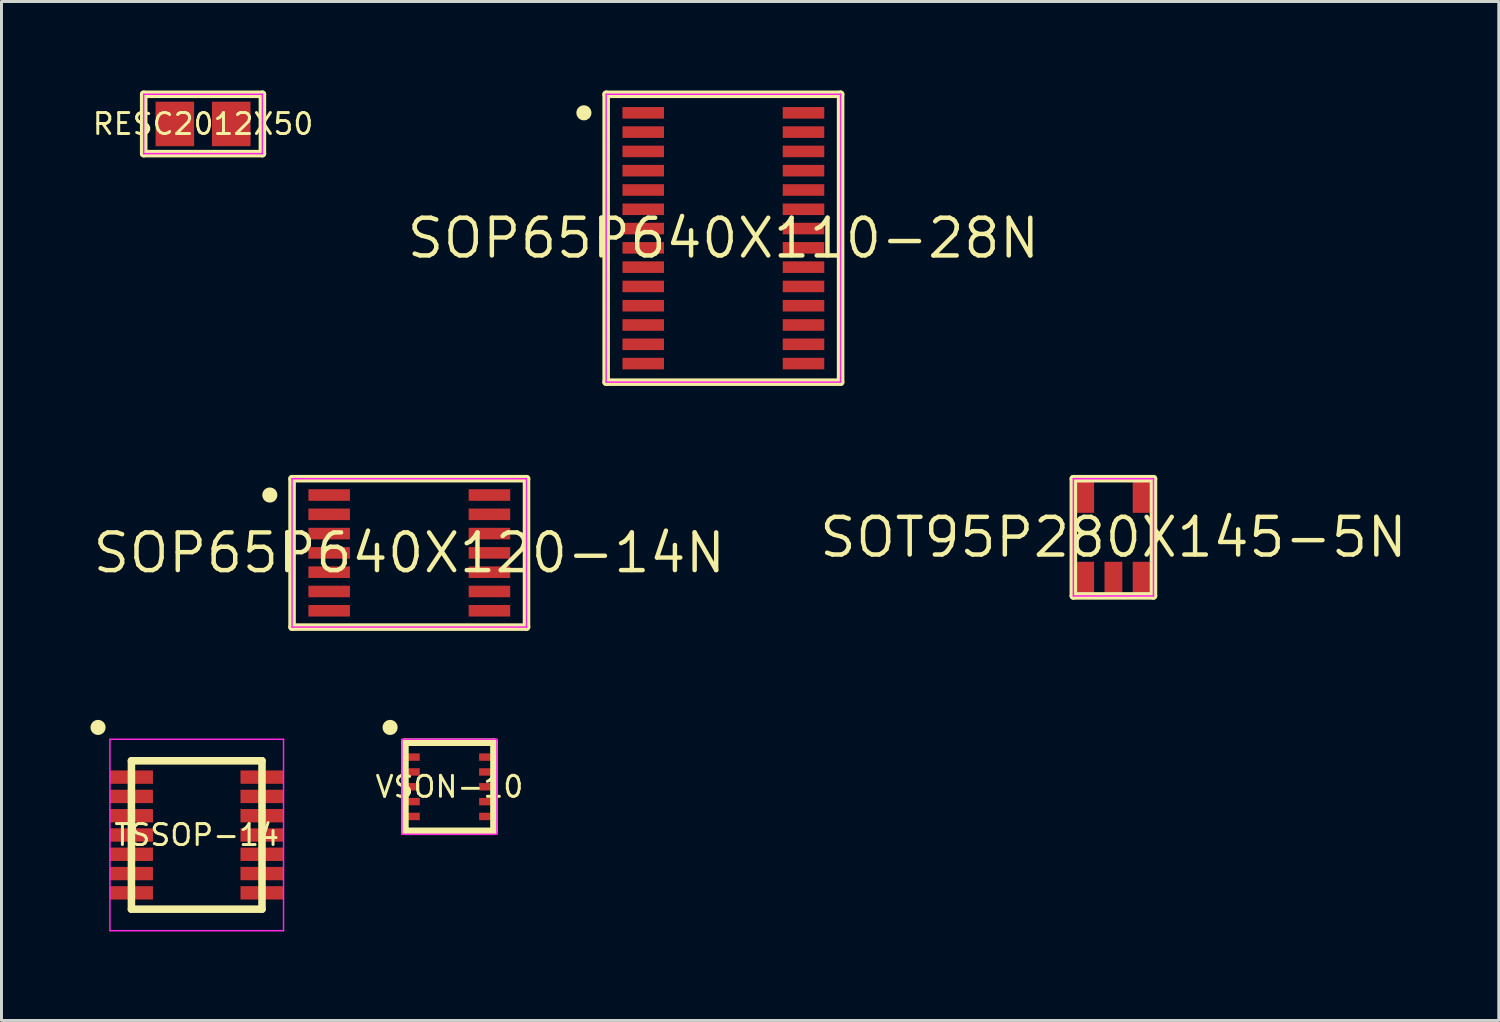
<source format=kicad_pcb>
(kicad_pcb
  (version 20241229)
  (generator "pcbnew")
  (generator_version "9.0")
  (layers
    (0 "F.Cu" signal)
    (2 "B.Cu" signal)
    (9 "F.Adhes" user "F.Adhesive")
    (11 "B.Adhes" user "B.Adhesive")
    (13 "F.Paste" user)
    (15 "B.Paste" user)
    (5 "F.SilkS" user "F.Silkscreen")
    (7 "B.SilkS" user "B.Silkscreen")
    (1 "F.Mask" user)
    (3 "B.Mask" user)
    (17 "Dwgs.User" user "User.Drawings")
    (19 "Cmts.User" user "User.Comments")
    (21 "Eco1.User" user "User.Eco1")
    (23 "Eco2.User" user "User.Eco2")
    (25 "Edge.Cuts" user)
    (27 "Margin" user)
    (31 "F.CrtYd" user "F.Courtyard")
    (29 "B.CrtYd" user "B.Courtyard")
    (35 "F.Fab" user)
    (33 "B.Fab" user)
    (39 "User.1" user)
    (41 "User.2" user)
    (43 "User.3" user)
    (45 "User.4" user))
  (footprint "SOP65P640X120-14N"
    (layer "F.Cu")
    (at 10.742 15.581)
    (property "Reference" "SOP65P640X120-14N" (at 0 0 0) (layer "F.SilkS") (effects (font (size 1.27 1.27) (thickness 0.15))))
    (attr through_hole)
    (fp_line (start -3.95 -2.5) (end -3.95 2.5) (stroke (width 0.254) (type solid)) (layer "F.SilkS"))
    (fp_line (start -3.95 2.5) (end 3.95 2.5) (stroke (width 0.254) (type solid)) (layer "F.SilkS"))
    (fp_line (start 3.95 -2.5) (end -3.95 -2.5) (stroke (width 0.254) (type solid)) (layer "F.SilkS"))
    (fp_line (start 3.95 2.5) (end 3.95 -2.5) (stroke (width 0.254) (type solid)) (layer "F.SilkS"))
    (fp_poly (pts (xy -4.446 -1.95) (xy -4.451 -2) (xy -4.465 -2.047) (xy -4.489 -2.091) (xy -4.52 -2.13) (xy -4.559 -2.161) (xy -4.603 -2.185) (xy -4.65 -2.199) (xy -4.7 -2.204) (xy -4.75 -2.199) (xy -4.797 -2.185) (xy -4.841 -2.161) (xy -4.88 -2.13) (xy -4.911 -2.091) (xy -4.935 -2.047) (xy -4.949 -2) (xy -4.954 -1.95) (xy -4.949 -1.9) (xy -4.935 -1.853) (xy -4.911 -1.809) (xy -4.88 -1.77) (xy -4.841 -1.739) (xy -4.797 -1.715) (xy -4.75 -1.701) (xy -4.7 -1.696) (xy -4.65 -1.701) (xy -4.603 -1.715) (xy -4.559 -1.739) (xy -4.52 -1.77) (xy -4.489 -1.809) (xy -4.465 -1.853) (xy -4.451 -1.9)) (stroke (width 0) (type solid)) (fill yes) (layer "F.SilkS"))
    (fp_line (start -3.95 -2.5) (end -3.95 2.5) (stroke (width 0.05) (type solid)) (layer "F.CrtYd"))
    (fp_line (start -3.95 2.5) (end 3.95 2.5) (stroke (width 0.05) (type solid)) (layer "F.CrtYd"))
    (fp_line (start 3.95 -2.5) (end -3.95 -2.5) (stroke (width 0.05) (type solid)) (layer "F.CrtYd"))
    (fp_line (start 3.95 2.5) (end 3.95 -2.5) (stroke (width 0.05) (type solid)) (layer "F.CrtYd"))
    (pad "1" smd rect (at -2.7 -1.95 270) (size 0.39 1.4) (layers "F.Cu" "F.Mask" "F.Paste"))
    (pad "2" smd rect (at -2.7 -1.3 270) (size 0.39 1.4) (layers "F.Cu" "F.Mask" "F.Paste"))
    (pad "3" smd rect (at -2.7 -0.65 270) (size 0.39 1.4) (layers "F.Cu" "F.Mask" "F.Paste"))
    (pad "4" smd rect (at -2.7 0 270) (size 0.39 1.4) (layers "F.Cu" "F.Mask" "F.Paste"))
    (pad "5" smd rect (at -2.7 0.65 270) (size 0.39 1.4) (layers "F.Cu" "F.Mask" "F.Paste"))
    (pad "6" smd rect (at -2.7 1.3 270) (size 0.39 1.4) (layers "F.Cu" "F.Mask" "F.Paste"))
    (pad "7" smd rect (at -2.7 1.95 270) (size 0.39 1.4) (layers "F.Cu" "F.Mask" "F.Paste"))
    (pad "8" smd rect (at 2.7 1.95 90) (size 0.39 1.4) (layers "F.Cu" "F.Mask" "F.Paste"))
    (pad "9" smd rect (at 2.7 1.3 90) (size 0.39 1.4) (layers "F.Cu" "F.Mask" "F.Paste"))
    (pad "10" smd rect (at 2.7 0.65 90) (size 0.39 1.4) (layers "F.Cu" "F.Mask" "F.Paste"))
    (pad "11" smd rect (at 2.7 0 90) (size 0.39 1.4) (layers "F.Cu" "F.Mask" "F.Paste"))
    (pad "12" smd rect (at 2.7 -0.65 90) (size 0.39 1.4) (layers "F.Cu" "F.Mask" "F.Paste"))
    (pad "13" smd rect (at 2.7 -1.3 90) (size 0.39 1.4) (layers "F.Cu" "F.Mask" "F.Paste"))
    (pad "14" smd rect (at 2.7 -1.95 90) (size 0.39 1.4) (layers "F.Cu" "F.Mask" "F.Paste")))
  (footprint "SOT95P280X145-5N"
    (layer "F.Cu")
    (at 34.469 15.056)
    (property "Reference" "SOT95P280X145-5N" (at 0 0 0) (layer "F.SilkS") (effects (font (size 1.27 1.27) (thickness 0.15))))
    (attr through_hole)
    (fp_line (start -1.35 -1.975) (end -1.35 1.975) (stroke (width 0.254) (type solid)) (layer "F.SilkS"))
    (fp_line (start -1.35 1.975) (end 1.35 1.975) (stroke (width 0.254) (type solid)) (layer "F.SilkS"))
    (fp_line (start 1.35 -1.975) (end -1.35 -1.975) (stroke (width 0.254) (type solid)) (layer "F.SilkS"))
    (fp_line (start 1.35 1.975) (end 1.35 -1.975) (stroke (width 0.254) (type solid)) (layer "F.SilkS"))
    (fp_line (start -1.35 -1.975) (end -1.35 1.975) (stroke (width 0.05) (type solid)) (layer "F.CrtYd"))
    (fp_line (start -1.35 1.975) (end 1.35 1.975) (stroke (width 0.05) (type solid)) (layer "F.CrtYd"))
    (fp_line (start 1.35 -1.975) (end -1.35 -1.975) (stroke (width 0.05) (type solid)) (layer "F.CrtYd"))
    (fp_line (start 1.35 1.975) (end 1.35 -1.975) (stroke (width 0.05) (type solid)) (layer "F.CrtYd"))
    (pad "1" smd rect (at -0.95 1.35) (size 0.6 1.05) (layers "F.Cu" "F.Mask" "F.Paste"))
    (pad "2" smd rect (at 0 1.35) (size 0.6 1.05) (layers "F.Cu" "F.Mask" "F.Paste"))
    (pad "3" smd rect (at 0.95 1.35) (size 0.6 1.05) (layers "F.Cu" "F.Mask" "F.Paste"))
    (pad "4" smd rect (at 0.95 -1.35) (size 0.6 1.05) (layers "F.Cu" "F.Mask" "F.Paste"))
    (pad "5" smd rect (at -0.95 -1.35) (size 0.6 1.05) (layers "F.Cu" "F.Mask" "F.Paste")))
  (footprint "VSON-10"
    (layer "F.Cu")
    (at 12.095 23.462)
    (property "Reference" "VSON-10" (at 0 0 0) (layer "F.SilkS") (effects (font (size 0.706 0.706) (thickness 0.1))))
    (attr through_hole)
    (fp_line (start -1.5 -1.5) (end -1.5 1.5) (stroke (width 0.254) (type solid)) (layer "F.SilkS"))
    (fp_line (start -1.5 1.5) (end 1.5 1.5) (stroke (width 0.254) (type solid)) (layer "F.SilkS"))
    (fp_line (start 1.5 -1.5) (end -1.5 -1.5) (stroke (width 0.254) (type solid)) (layer "F.SilkS"))
    (fp_line (start 1.5 1.5) (end 1.5 -1.5) (stroke (width 0.254) (type solid)) (layer "F.SilkS"))
    (fp_poly (pts (xy -1.746 -2) (xy -1.751 -2.05) (xy -1.765 -2.097) (xy -1.789 -2.141) (xy -1.82 -2.18) (xy -1.859 -2.211) (xy -1.903 -2.235) (xy -1.95 -2.249) (xy -2 -2.254) (xy -2.05 -2.249) (xy -2.097 -2.235) (xy -2.141 -2.211) (xy -2.18 -2.18) (xy -2.211 -2.141) (xy -2.235 -2.097) (xy -2.249 -2.05) (xy -2.254 -2) (xy -2.249 -1.95) (xy -2.235 -1.903) (xy -2.211 -1.859) (xy -2.18 -1.82) (xy -2.141 -1.789) (xy -2.097 -1.765) (xy -2.05 -1.751) (xy -2 -1.746) (xy -1.95 -1.751) (xy -1.903 -1.765) (xy -1.859 -1.789) (xy -1.82 -1.82) (xy -1.789 -1.859) (xy -1.765 -1.903) (xy -1.751 -1.95)) (stroke (width 0) (type solid)) (fill yes) (layer "F.SilkS"))
    (fp_line (start -1.6 -1.6) (end -1.6 1.6) (stroke (width 0.05) (type solid)) (layer "F.CrtYd"))
    (fp_line (start -1.6 1.6) (end 1.6 1.6) (stroke (width 0.05) (type solid)) (layer "F.CrtYd"))
    (fp_line (start 1.6 -1.6) (end -1.6 -1.6) (stroke (width 0.05) (type solid)) (layer "F.CrtYd"))
    (fp_line (start 1.6 1.6) (end 1.6 -1.6) (stroke (width 0.05) (type solid)) (layer "F.CrtYd"))
    (pad "1" smd rect (at -1.3 -1 270) (size 0.25 0.6) (layers "F.Cu" "F.Mask" "F.Paste"))
    (pad "2" smd rect (at -1.3 -0.5 270) (size 0.25 0.6) (layers "F.Cu" "F.Mask" "F.Paste"))
    (pad "3" smd rect (at -1.3 0 270) (size 0.25 0.6) (layers "F.Cu" "F.Mask" "F.Paste"))
    (pad "4" smd rect (at -1.3 0.5 270) (size 0.25 0.6) (layers "F.Cu" "F.Mask" "F.Paste"))
    (pad "5" smd rect (at -1.3 1 270) (size 0.25 0.6) (layers "F.Cu" "F.Mask" "F.Paste"))
    (pad "6" smd rect (at 1.3 1 90) (size 0.25 0.6) (layers "F.Cu" "F.Mask" "F.Paste"))
    (pad "7" smd rect (at 1.3 0.5 90) (size 0.25 0.6) (layers "F.Cu" "F.Mask" "F.Paste"))
    (pad "8" smd rect (at 1.3 0 90) (size 0.25 0.6) (layers "F.Cu" "F.Mask" "F.Paste"))
    (pad "9" smd rect (at 1.3 -0.5 90) (size 0.25 0.6) (layers "F.Cu" "F.Mask" "F.Paste"))
    (pad "10" smd rect (at 1.3 -1 90) (size 0.25 0.6) (layers "F.Cu" "F.Mask" "F.Paste")))
  (footprint "SOP65P640X110-28N"
    (layer "F.Cu")
    (at 21.326 4.977)
    (property "Reference" "SOP65P640X110-28N" (at 0 0 0) (layer "F.SilkS") (effects (font (size 1.27 1.27) (thickness 0.15))))
    (attr through_hole)
    (fp_line (start -3.95 -4.85) (end -3.95 4.85) (stroke (width 0.254) (type solid)) (layer "F.SilkS"))
    (fp_line (start -3.95 4.85) (end 3.95 4.85) (stroke (width 0.254) (type solid)) (layer "F.SilkS"))
    (fp_line (start 3.95 -4.85) (end -3.95 -4.85) (stroke (width 0.254) (type solid)) (layer "F.SilkS"))
    (fp_line (start 3.95 4.85) (end 3.95 -4.85) (stroke (width 0.254) (type solid)) (layer "F.SilkS"))
    (fp_poly (pts (xy -4.446 -4.225) (xy -4.451 -4.275) (xy -4.465 -4.322) (xy -4.489 -4.366) (xy -4.52 -4.405) (xy -4.559 -4.436) (xy -4.603 -4.46) (xy -4.65 -4.474) (xy -4.7 -4.479) (xy -4.75 -4.474) (xy -4.797 -4.46) (xy -4.841 -4.436) (xy -4.88 -4.405) (xy -4.911 -4.366) (xy -4.935 -4.322) (xy -4.949 -4.275) (xy -4.954 -4.225) (xy -4.949 -4.175) (xy -4.935 -4.128) (xy -4.911 -4.084) (xy -4.88 -4.045) (xy -4.841 -4.014) (xy -4.797 -3.99) (xy -4.75 -3.976) (xy -4.7 -3.971) (xy -4.65 -3.976) (xy -4.603 -3.99) (xy -4.559 -4.014) (xy -4.52 -4.045) (xy -4.489 -4.084) (xy -4.465 -4.128) (xy -4.451 -4.175)) (stroke (width 0) (type solid)) (fill yes) (layer "F.SilkS"))
    (fp_line (start -3.95 -4.85) (end -3.95 4.85) (stroke (width 0.05) (type solid)) (layer "F.CrtYd"))
    (fp_line (start -3.95 4.85) (end 3.95 4.85) (stroke (width 0.05) (type solid)) (layer "F.CrtYd"))
    (fp_line (start 3.95 -4.85) (end -3.95 -4.85) (stroke (width 0.05) (type solid)) (layer "F.CrtYd"))
    (fp_line (start 3.95 4.85) (end 3.95 -4.85) (stroke (width 0.05) (type solid)) (layer "F.CrtYd"))
    (pad "1" smd rect (at -2.7 -4.225 270) (size 0.39 1.4) (layers "F.Cu" "F.Mask" "F.Paste"))
    (pad "2" smd rect (at -2.7 -3.575 270) (size 0.39 1.4) (layers "F.Cu" "F.Mask" "F.Paste"))
    (pad "3" smd rect (at -2.7 -2.925 270) (size 0.39 1.4) (layers "F.Cu" "F.Mask" "F.Paste"))
    (pad "4" smd rect (at -2.7 -2.275 270) (size 0.39 1.4) (layers "F.Cu" "F.Mask" "F.Paste"))
    (pad "5" smd rect (at -2.7 -1.625 270) (size 0.39 1.4) (layers "F.Cu" "F.Mask" "F.Paste"))
    (pad "6" smd rect (at -2.7 -0.975 270) (size 0.39 1.4) (layers "F.Cu" "F.Mask" "F.Paste"))
    (pad "7" smd rect (at -2.7 -0.325 270) (size 0.39 1.4) (layers "F.Cu" "F.Mask" "F.Paste"))
    (pad "8" smd rect (at -2.7 0.325 270) (size 0.39 1.4) (layers "F.Cu" "F.Mask" "F.Paste"))
    (pad "9" smd rect (at -2.7 0.975 270) (size 0.39 1.4) (layers "F.Cu" "F.Mask" "F.Paste"))
    (pad "10" smd rect (at -2.7 1.625 270) (size 0.39 1.4) (layers "F.Cu" "F.Mask" "F.Paste"))
    (pad "11" smd rect (at -2.7 2.275 270) (size 0.39 1.4) (layers "F.Cu" "F.Mask" "F.Paste"))
    (pad "12" smd rect (at -2.7 2.925 270) (size 0.39 1.4) (layers "F.Cu" "F.Mask" "F.Paste"))
    (pad "13" smd rect (at -2.7 3.575 270) (size 0.39 1.4) (layers "F.Cu" "F.Mask" "F.Paste"))
    (pad "14" smd rect (at -2.7 4.225 270) (size 0.39 1.4) (layers "F.Cu" "F.Mask" "F.Paste"))
    (pad "15" smd rect (at 2.7 4.225 90) (size 0.39 1.4) (layers "F.Cu" "F.Mask" "F.Paste"))
    (pad "16" smd rect (at 2.7 3.575 90) (size 0.39 1.4) (layers "F.Cu" "F.Mask" "F.Paste"))
    (pad "17" smd rect (at 2.7 2.925 90) (size 0.39 1.4) (layers "F.Cu" "F.Mask" "F.Paste"))
    (pad "18" smd rect (at 2.7 2.275 90) (size 0.39 1.4) (layers "F.Cu" "F.Mask" "F.Paste"))
    (pad "19" smd rect (at 2.7 1.625 90) (size 0.39 1.4) (layers "F.Cu" "F.Mask" "F.Paste"))
    (pad "20" smd rect (at 2.7 0.975 90) (size 0.39 1.4) (layers "F.Cu" "F.Mask" "F.Paste"))
    (pad "21" smd rect (at 2.7 0.325 90) (size 0.39 1.4) (layers "F.Cu" "F.Mask" "F.Paste"))
    (pad "22" smd rect (at 2.7 -0.325 90) (size 0.39 1.4) (layers "F.Cu" "F.Mask" "F.Paste"))
    (pad "23" smd rect (at 2.7 -0.975 90) (size 0.39 1.4) (layers "F.Cu" "F.Mask" "F.Paste"))
    (pad "24" smd rect (at 2.7 -1.625 90) (size 0.39 1.4) (layers "F.Cu" "F.Mask" "F.Paste"))
    (pad "25" smd rect (at 2.7 -2.275 90) (size 0.39 1.4) (layers "F.Cu" "F.Mask" "F.Paste"))
    (pad "26" smd rect (at 2.7 -2.925 90) (size 0.39 1.4) (layers "F.Cu" "F.Mask" "F.Paste"))
    (pad "27" smd rect (at 2.7 -3.575 90) (size 0.39 1.4) (layers "F.Cu" "F.Mask" "F.Paste"))
    (pad "28" smd rect (at 2.7 -4.225 90) (size 0.39 1.4) (layers "F.Cu" "F.Mask" "F.Paste")))
  (footprint "RESC2012X50"
    (layer "F.Cu")
    (at 3.792 1.127)
    (property "Reference" "RESC2012X50" (at 0 0 0) (layer "F.SilkS") (effects (font (size 0.706 0.706) (thickness 0.1))))
    (attr through_hole)
    (fp_line (start -2 -1) (end -2 1) (stroke (width 0.254) (type solid)) (layer "F.SilkS"))
    (fp_line (start -2 1) (end 2 1) (stroke (width 0.254) (type solid)) (layer "F.SilkS"))
    (fp_line (start 2 -1) (end -2 -1) (stroke (width 0.254) (type solid)) (layer "F.SilkS"))
    (fp_line (start 2 1) (end 2 -1) (stroke (width 0.254) (type solid)) (layer "F.SilkS"))
    (fp_line (start -2 -1) (end -2 1) (stroke (width 0.05) (type solid)) (layer "F.CrtYd"))
    (fp_line (start -2 1) (end 2 1) (stroke (width 0.05) (type solid)) (layer "F.CrtYd"))
    (fp_line (start 2 -1) (end -2 -1) (stroke (width 0.05) (type solid)) (layer "F.CrtYd"))
    (fp_line (start 2 1) (end 2 -1) (stroke (width 0.05) (type solid)) (layer "F.CrtYd"))
    (pad "1" smd rect (at -0.95 0) (size 1.3 1.5) (layers "F.Cu" "F.Mask" "F.Paste"))
    (pad "2" smd rect (at 0.95 0) (size 1.3 1.5) (layers "F.Cu" "F.Mask" "F.Paste")))
  (footprint "TSSOP-14"
    (layer "F.Cu")
    (at 3.579 25.087)
    (property "Reference" "TSSOP-14" (at 0 0 0) (layer "F.SilkS") (effects (font (size 0.706 0.706) (thickness 0.1))))
    (attr through_hole)
    (fp_line (start -2.2 -2.5) (end -2.2 2.5) (stroke (width 0.254) (type solid)) (layer "F.SilkS"))
    (fp_line (start -2.2 2.5) (end 2.2 2.5) (stroke (width 0.254) (type solid)) (layer "F.SilkS"))
    (fp_line (start 2.2 -2.5) (end -2.2 -2.5) (stroke (width 0.254) (type solid)) (layer "F.SilkS"))
    (fp_line (start 2.2 2.5) (end 2.2 -2.5) (stroke (width 0.254) (type solid)) (layer "F.SilkS"))
    (fp_poly (pts (xy -3.071 -3.625) (xy -3.076 -3.675) (xy -3.09 -3.722) (xy -3.114 -3.766) (xy -3.145 -3.805) (xy -3.184 -3.836) (xy -3.228 -3.86) (xy -3.275 -3.874) (xy -3.325 -3.879) (xy -3.375 -3.874) (xy -3.422 -3.86) (xy -3.466 -3.836) (xy -3.505 -3.805) (xy -3.536 -3.766) (xy -3.56 -3.722) (xy -3.574 -3.675) (xy -3.579 -3.625) (xy -3.574 -3.575) (xy -3.56 -3.528) (xy -3.536 -3.484) (xy -3.505 -3.445) (xy -3.466 -3.414) (xy -3.422 -3.39) (xy -3.375 -3.376) (xy -3.325 -3.371) (xy -3.275 -3.376) (xy -3.228 -3.39) (xy -3.184 -3.414) (xy -3.145 -3.445) (xy -3.114 -3.484) (xy -3.09 -3.528) (xy -3.076 -3.575)) (stroke (width 0) (type solid)) (fill yes) (layer "F.SilkS"))
    (fp_line (start -2.925 -3.225) (end -2.925 3.225) (stroke (width 0.05) (type solid)) (layer "F.CrtYd"))
    (fp_line (start -2.925 3.225) (end 2.925 3.225) (stroke (width 0.05) (type solid)) (layer "F.CrtYd"))
    (fp_line (start 2.925 -3.225) (end -2.925 -3.225) (stroke (width 0.05) (type solid)) (layer "F.CrtYd"))
    (fp_line (start 2.925 3.225) (end 2.925 -3.225) (stroke (width 0.05) (type solid)) (layer "F.CrtYd"))
    (pad "1" smd rect (at -2.2 -1.95 270) (size 0.45 1.45) (layers "F.Cu" "F.Mask" "F.Paste"))
    (pad "2" smd rect (at -2.2 -1.3 270) (size 0.45 1.45) (layers "F.Cu" "F.Mask" "F.Paste"))
    (pad "3" smd rect (at -2.2 -0.65 270) (size 0.45 1.45) (layers "F.Cu" "F.Mask" "F.Paste"))
    (pad "4" smd rect (at -2.2 0 270) (size 0.45 1.45) (layers "F.Cu" "F.Mask" "F.Paste"))
    (pad "5" smd rect (at -2.2 0.65 270) (size 0.45 1.45) (layers "F.Cu" "F.Mask" "F.Paste"))
    (pad "6" smd rect (at -2.2 1.3 270) (size 0.45 1.45) (layers "F.Cu" "F.Mask" "F.Paste"))
    (pad "7" smd rect (at -2.2 1.95 270) (size 0.45 1.45) (layers "F.Cu" "F.Mask" "F.Paste"))
    (pad "8" smd rect (at 2.2 1.95 90) (size 0.45 1.45) (layers "F.Cu" "F.Mask" "F.Paste"))
    (pad "9" smd rect (at 2.2 1.3 90) (size 0.45 1.45) (layers "F.Cu" "F.Mask" "F.Paste"))
    (pad "10" smd rect (at 2.2 0.65 90) (size 0.45 1.45) (layers "F.Cu" "F.Mask" "F.Paste"))
    (pad "11" smd rect (at 2.2 0 90) (size 0.45 1.45) (layers "F.Cu" "F.Mask" "F.Paste"))
    (pad "12" smd rect (at 2.2 -0.65 90) (size 0.45 1.45) (layers "F.Cu" "F.Mask" "F.Paste"))
    (pad "13" smd rect (at 2.2 -1.3 90) (size 0.45 1.45) (layers "F.Cu" "F.Mask" "F.Paste"))
    (pad "14" smd rect (at 2.2 -1.95 90) (size 0.45 1.45) (layers "F.Cu" "F.Mask" "F.Paste")))
  (gr_rect
    (start -3 -3)
    (end 47.455 31.337)
    (stroke (width 0.1) (type default))
    (fill no)
    (layer "Edge.Cuts")))
</source>
